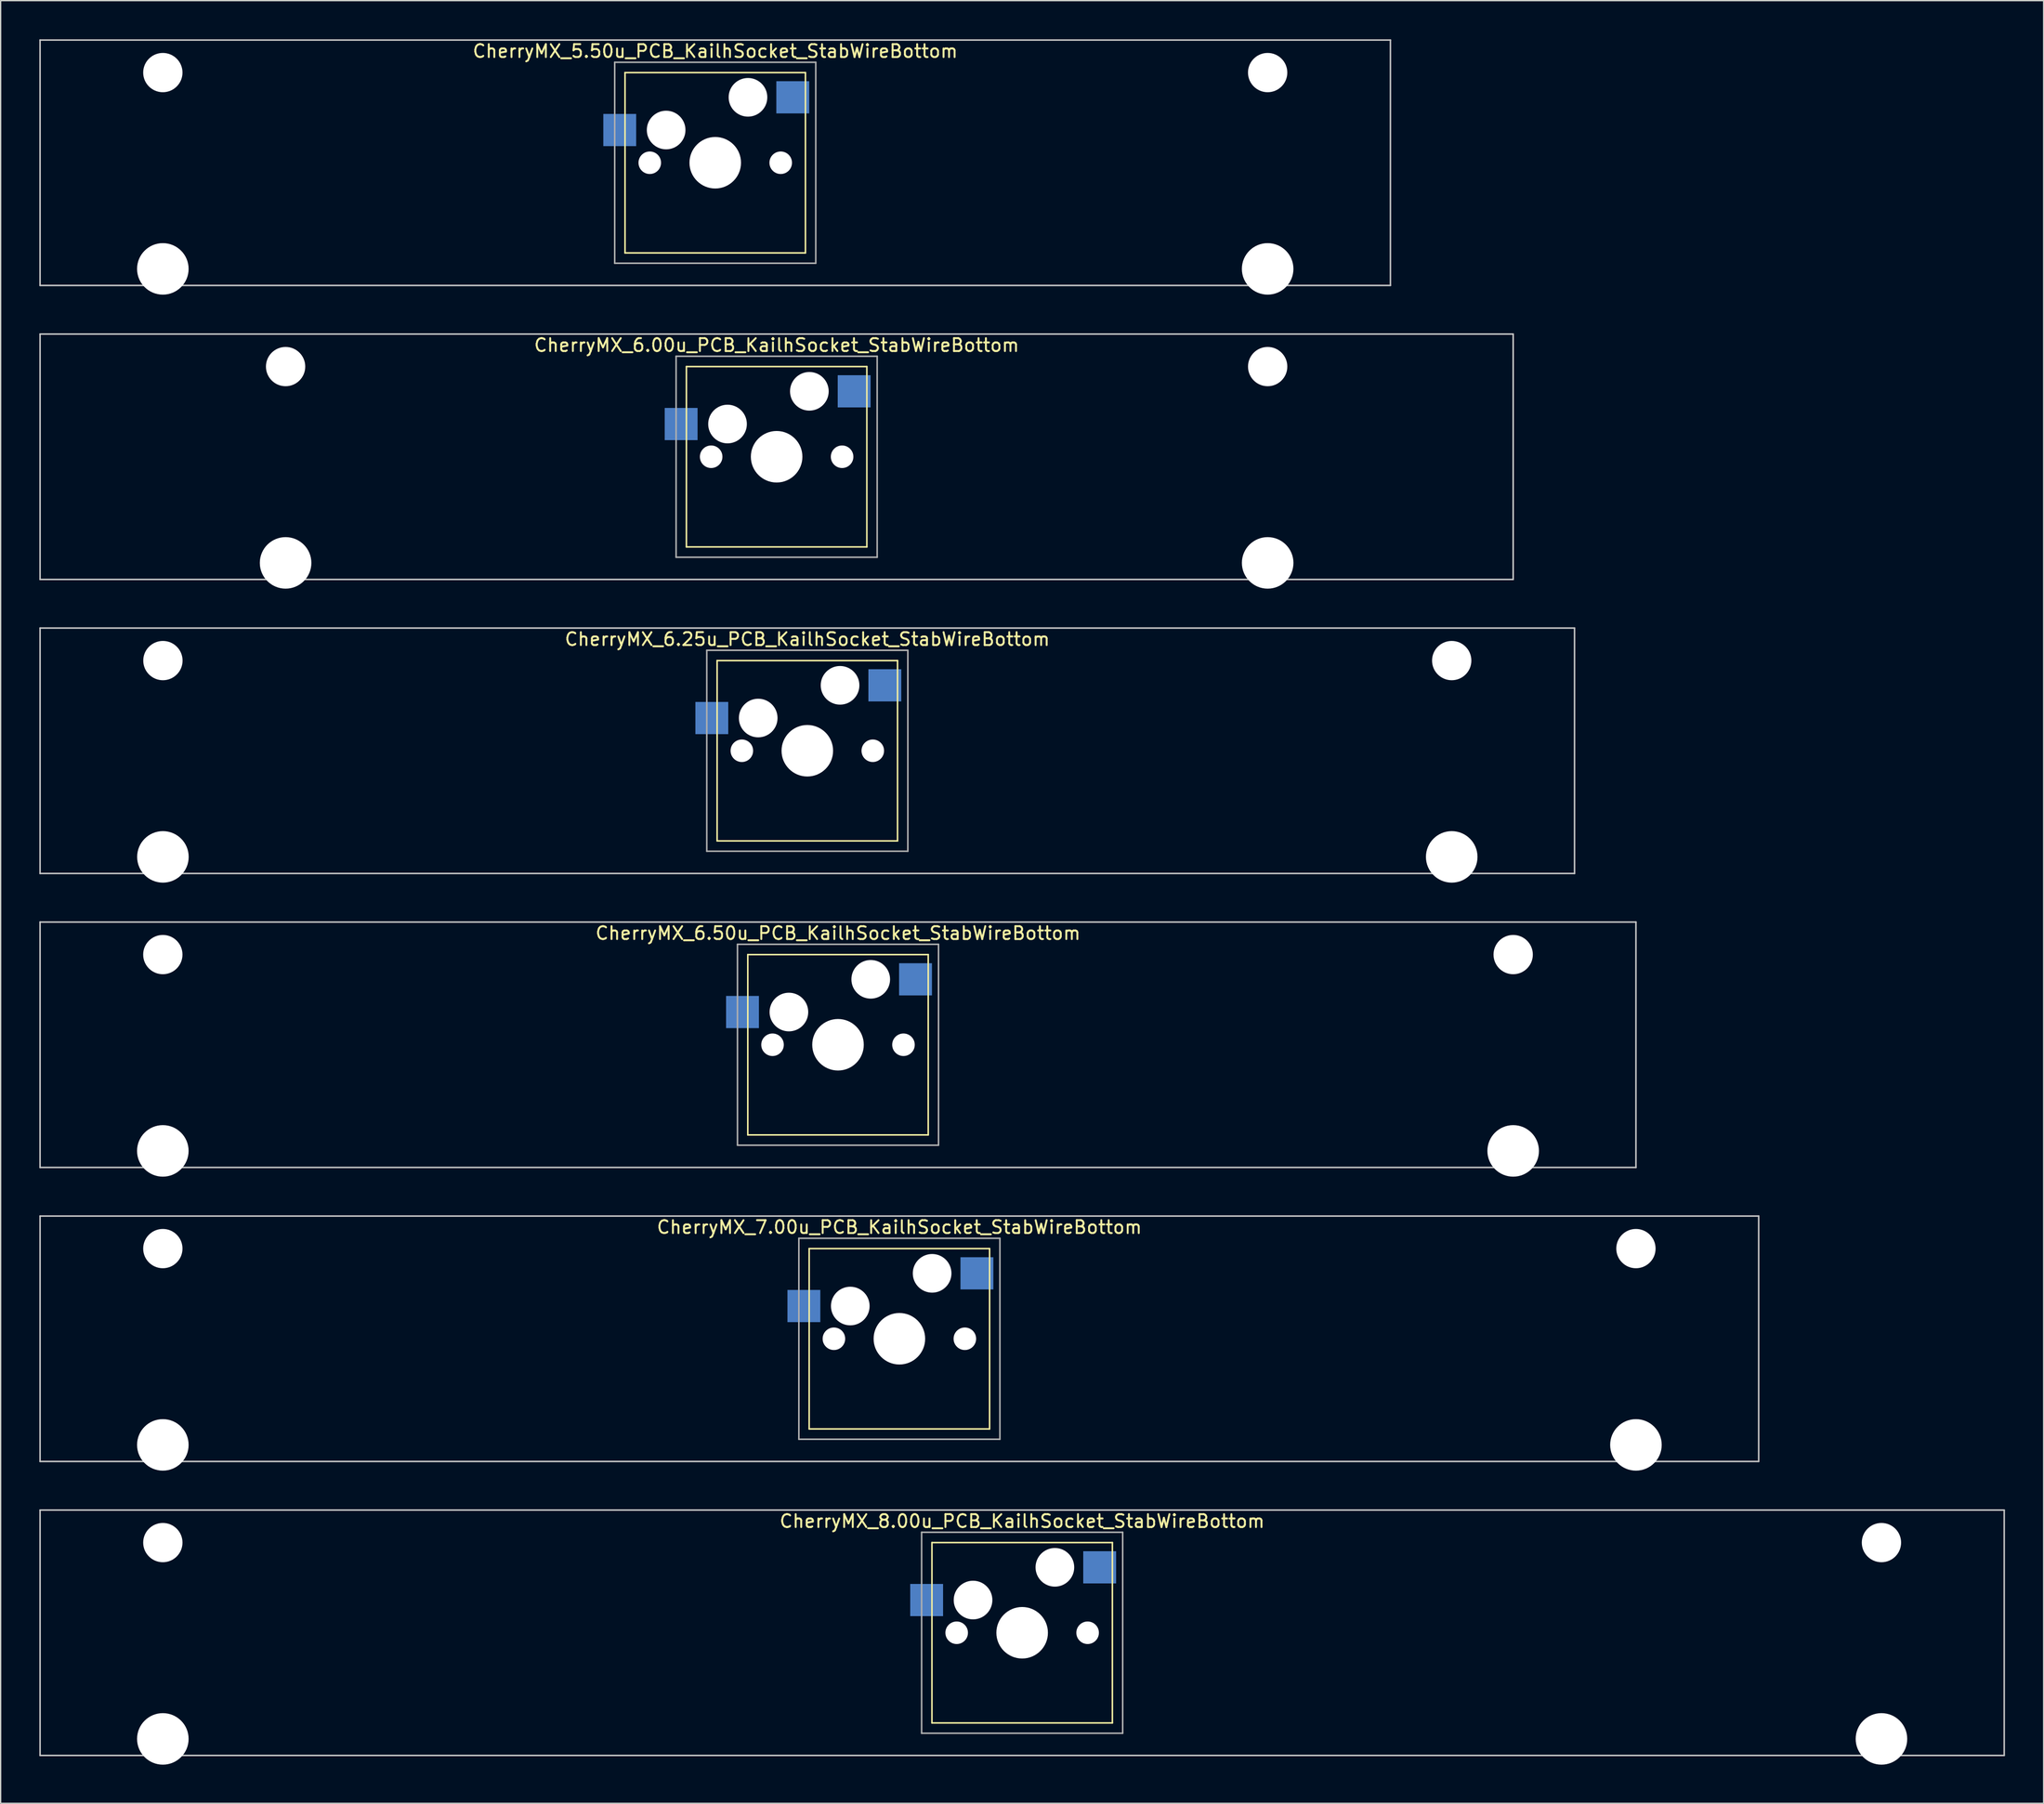
<source format=kicad_pcb>
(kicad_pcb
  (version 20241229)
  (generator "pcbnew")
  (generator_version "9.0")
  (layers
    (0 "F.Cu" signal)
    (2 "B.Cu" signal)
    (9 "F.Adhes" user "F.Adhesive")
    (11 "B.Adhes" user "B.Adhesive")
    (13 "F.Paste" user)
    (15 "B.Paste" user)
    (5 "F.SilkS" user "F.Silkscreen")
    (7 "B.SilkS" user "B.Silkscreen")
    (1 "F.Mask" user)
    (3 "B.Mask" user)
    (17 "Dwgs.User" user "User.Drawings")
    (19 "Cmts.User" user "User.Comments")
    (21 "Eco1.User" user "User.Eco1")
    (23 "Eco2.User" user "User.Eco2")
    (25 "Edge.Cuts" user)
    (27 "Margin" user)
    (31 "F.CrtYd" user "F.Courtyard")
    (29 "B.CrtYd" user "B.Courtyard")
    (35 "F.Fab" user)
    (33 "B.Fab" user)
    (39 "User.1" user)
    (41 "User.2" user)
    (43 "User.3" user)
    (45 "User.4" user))
  (footprint "CherryMX_6.50u_PCB_KailhSocket_StabWireBottom"
    (layer "F.Cu")
    (at 61.972 78.06)
    (property "Reference" "CherryMX_6.50u_PCB_KailhSocket_StabWireBottom" (at 0 -8.662 0) (layer "F.SilkS") (effects (font (size 1 1) (thickness 0.15))))
    (attr through_hole)
    (fp_line (start -7 -7) (end -7 7) (stroke (width 0.12) (type solid)) (layer "F.SilkS"))
    (fp_line (start -7 -7) (end 7 -7) (stroke (width 0.12) (type solid)) (layer "F.SilkS"))
    (fp_line (start 7 -7) (end 7 7) (stroke (width 0.12) (type solid)) (layer "F.SilkS"))
    (fp_line (start 7 7) (end -7 7) (stroke (width 0.12) (type solid)) (layer "F.SilkS"))
    (fp_line (start -61.913 -9.525) (end 61.913 -9.525) (stroke (width 0.12) (type solid)) (layer "Dwgs.User"))
    (fp_line (start -61.913 9.525) (end -61.913 -9.525) (stroke (width 0.12) (type solid)) (layer "Dwgs.User"))
    (fp_line (start 61.913 -9.525) (end 61.913 9.525) (stroke (width 0.12) (type solid)) (layer "Dwgs.User"))
    (fp_line (start 61.913 9.525) (end -61.913 9.525) (stroke (width 0.12) (type solid)) (layer "Dwgs.User"))
    (fp_line (start -7.8 -7.8) (end -7.8 7.8) (stroke (width 0.12) (type solid)) (layer "F.Fab"))
    (fp_line (start -7.8 -7.8) (end 7.8 -7.8) (stroke (width 0.12) (type solid)) (layer "F.Fab"))
    (fp_line (start -7.8 7.8) (end 7.8 7.8) (stroke (width 0.12) (type solid)) (layer "F.Fab"))
    (fp_line (start 7.8 -7.8) (end 7.8 7.8) (stroke (width 0.12) (type solid)) (layer "F.Fab"))
    (pad "" np_thru_hole circle (at -52.388 -7) (size 3.05 3.05) (drill 3.05) (layers "*.Cu" "*.Mask"))
    (pad "" np_thru_hole circle (at -52.388 8.24) (size 4 4) (drill 4) (layers "*.Cu" "*.Mask"))
    (pad "" np_thru_hole circle (at -5.08 0) (size 1.75 1.75) (drill 1.75) (layers "*.Cu" "*.Mask"))
    (pad "" np_thru_hole circle (at -3.81 -2.54) (size 3 3) (drill 3) (layers "*.Cu" "*.Mask"))
    (pad "" np_thru_hole circle (at 0 0) (size 4 4) (drill 4) (layers "*.Cu" "*.Mask"))
    (pad "" np_thru_hole circle (at 2.54 -5.08) (size 3 3) (drill 3) (layers "*.Cu" "*.Mask"))
    (pad "" np_thru_hole circle (at 5.08 0) (size 1.75 1.75) (drill 1.75) (layers "*.Cu" "*.Mask"))
    (pad "" np_thru_hole circle (at 52.388 -7) (size 3.05 3.05) (drill 3.05) (layers "*.Cu" "*.Mask"))
    (pad "" np_thru_hole circle (at 52.388 8.24) (size 4 4) (drill 4) (layers "*.Cu" "*.Mask"))
    (pad "1" smd rect (at -7.41 -2.54) (size 2.55 2.5) (layers "B.Cu" "B.Mask" "B.Paste"))
    (pad "2" smd rect (at 6.015 -5.08) (size 2.55 2.5) (layers "B.Cu" "B.Mask" "B.Paste")))
  (footprint "CherryMX_6.25u_PCB_KailhSocket_StabWireBottom"
    (layer "F.Cu")
    (at 59.591 55.235)
    (property "Reference" "CherryMX_6.25u_PCB_KailhSocket_StabWireBottom" (at 0 -8.662 0) (layer "F.SilkS") (effects (font (size 1 1) (thickness 0.15))))
    (attr through_hole)
    (fp_line (start -7 -7) (end -7 7) (stroke (width 0.12) (type solid)) (layer "F.SilkS"))
    (fp_line (start -7 -7) (end 7 -7) (stroke (width 0.12) (type solid)) (layer "F.SilkS"))
    (fp_line (start 7 -7) (end 7 7) (stroke (width 0.12) (type solid)) (layer "F.SilkS"))
    (fp_line (start 7 7) (end -7 7) (stroke (width 0.12) (type solid)) (layer "F.SilkS"))
    (fp_line (start -59.531 -9.525) (end 59.531 -9.525) (stroke (width 0.12) (type solid)) (layer "Dwgs.User"))
    (fp_line (start -59.531 9.525) (end -59.531 -9.525) (stroke (width 0.12) (type solid)) (layer "Dwgs.User"))
    (fp_line (start 59.531 -9.525) (end 59.531 9.525) (stroke (width 0.12) (type solid)) (layer "Dwgs.User"))
    (fp_line (start 59.531 9.525) (end -59.531 9.525) (stroke (width 0.12) (type solid)) (layer "Dwgs.User"))
    (fp_line (start -7.8 -7.8) (end -7.8 7.8) (stroke (width 0.12) (type solid)) (layer "F.Fab"))
    (fp_line (start -7.8 -7.8) (end 7.8 -7.8) (stroke (width 0.12) (type solid)) (layer "F.Fab"))
    (fp_line (start -7.8 7.8) (end 7.8 7.8) (stroke (width 0.12) (type solid)) (layer "F.Fab"))
    (fp_line (start 7.8 -7.8) (end 7.8 7.8) (stroke (width 0.12) (type solid)) (layer "F.Fab"))
    (pad "" np_thru_hole circle (at -50 -7) (size 3.05 3.05) (drill 3.05) (layers "*.Cu" "*.Mask"))
    (pad "" np_thru_hole circle (at -50 8.24) (size 4 4) (drill 4) (layers "*.Cu" "*.Mask"))
    (pad "" np_thru_hole circle (at -5.08 0) (size 1.75 1.75) (drill 1.75) (layers "*.Cu" "*.Mask"))
    (pad "" np_thru_hole circle (at -3.81 -2.54) (size 3 3) (drill 3) (layers "*.Cu" "*.Mask"))
    (pad "" np_thru_hole circle (at 0 0) (size 4 4) (drill 4) (layers "*.Cu" "*.Mask"))
    (pad "" np_thru_hole circle (at 2.54 -5.08) (size 3 3) (drill 3) (layers "*.Cu" "*.Mask"))
    (pad "" np_thru_hole circle (at 5.08 0) (size 1.75 1.75) (drill 1.75) (layers "*.Cu" "*.Mask"))
    (pad "" np_thru_hole circle (at 50 -7) (size 3.05 3.05) (drill 3.05) (layers "*.Cu" "*.Mask"))
    (pad "" np_thru_hole circle (at 50 8.24) (size 4 4) (drill 4) (layers "*.Cu" "*.Mask"))
    (pad "1" smd rect (at -7.41 -2.54) (size 2.55 2.5) (layers "B.Cu" "B.Mask" "B.Paste"))
    (pad "2" smd rect (at 6.015 -5.08) (size 2.55 2.5) (layers "B.Cu" "B.Mask" "B.Paste")))
  (footprint "CherryMX_8.00u_PCB_KailhSocket_StabWireBottom"
    (layer "F.Cu")
    (at 76.26 123.71)
    (property "Reference" "CherryMX_8.00u_PCB_KailhSocket_StabWireBottom" (at 0 -8.662 0) (layer "F.SilkS") (effects (font (size 1 1) (thickness 0.15))))
    (attr through_hole)
    (fp_line (start -7 -7) (end -7 7) (stroke (width 0.12) (type solid)) (layer "F.SilkS"))
    (fp_line (start -7 -7) (end 7 -7) (stroke (width 0.12) (type solid)) (layer "F.SilkS"))
    (fp_line (start 7 -7) (end 7 7) (stroke (width 0.12) (type solid)) (layer "F.SilkS"))
    (fp_line (start 7 7) (end -7 7) (stroke (width 0.12) (type solid)) (layer "F.SilkS"))
    (fp_line (start -76.2 -9.525) (end 76.2 -9.525) (stroke (width 0.12) (type solid)) (layer "Dwgs.User"))
    (fp_line (start -76.2 9.525) (end -76.2 -9.525) (stroke (width 0.12) (type solid)) (layer "Dwgs.User"))
    (fp_line (start 76.2 -9.525) (end 76.2 9.525) (stroke (width 0.12) (type solid)) (layer "Dwgs.User"))
    (fp_line (start 76.2 9.525) (end -76.2 9.525) (stroke (width 0.12) (type solid)) (layer "Dwgs.User"))
    (fp_line (start -7.8 -7.8) (end -7.8 7.8) (stroke (width 0.12) (type solid)) (layer "F.Fab"))
    (fp_line (start -7.8 -7.8) (end 7.8 -7.8) (stroke (width 0.12) (type solid)) (layer "F.Fab"))
    (fp_line (start -7.8 7.8) (end 7.8 7.8) (stroke (width 0.12) (type solid)) (layer "F.Fab"))
    (fp_line (start 7.8 -7.8) (end 7.8 7.8) (stroke (width 0.12) (type solid)) (layer "F.Fab"))
    (pad "" np_thru_hole circle (at -66.675 -7) (size 3.05 3.05) (drill 3.05) (layers "*.Cu" "*.Mask"))
    (pad "" np_thru_hole circle (at -66.675 8.24) (size 4 4) (drill 4) (layers "*.Cu" "*.Mask"))
    (pad "" np_thru_hole circle (at -5.08 0) (size 1.75 1.75) (drill 1.75) (layers "*.Cu" "*.Mask"))
    (pad "" np_thru_hole circle (at -3.81 -2.54) (size 3 3) (drill 3) (layers "*.Cu" "*.Mask"))
    (pad "" np_thru_hole circle (at 0 0) (size 4 4) (drill 4) (layers "*.Cu" "*.Mask"))
    (pad "" np_thru_hole circle (at 2.54 -5.08) (size 3 3) (drill 3) (layers "*.Cu" "*.Mask"))
    (pad "" np_thru_hole circle (at 5.08 0) (size 1.75 1.75) (drill 1.75) (layers "*.Cu" "*.Mask"))
    (pad "" np_thru_hole circle (at 66.675 -7) (size 3.05 3.05) (drill 3.05) (layers "*.Cu" "*.Mask"))
    (pad "" np_thru_hole circle (at 66.675 8.24) (size 4 4) (drill 4) (layers "*.Cu" "*.Mask"))
    (pad "1" smd rect (at -7.41 -2.54) (size 2.55 2.5) (layers "B.Cu" "B.Mask" "B.Paste"))
    (pad "2" smd rect (at 6.015 -5.08) (size 2.55 2.5) (layers "B.Cu" "B.Mask" "B.Paste")))
  (footprint "CherryMX_6.00u_PCB_KailhSocket_StabWireBottom"
    (layer "F.Cu")
    (at 57.21 32.41)
    (property "Reference" "CherryMX_6.00u_PCB_KailhSocket_StabWireBottom" (at 0 -8.662 0) (layer "F.SilkS") (effects (font (size 1 1) (thickness 0.15))))
    (attr through_hole)
    (fp_line (start -7 -7) (end -7 7) (stroke (width 0.12) (type solid)) (layer "F.SilkS"))
    (fp_line (start -7 -7) (end 7 -7) (stroke (width 0.12) (type solid)) (layer "F.SilkS"))
    (fp_line (start 7 -7) (end 7 7) (stroke (width 0.12) (type solid)) (layer "F.SilkS"))
    (fp_line (start 7 7) (end -7 7) (stroke (width 0.12) (type solid)) (layer "F.SilkS"))
    (fp_line (start -57.15 -9.525) (end 57.15 -9.525) (stroke (width 0.12) (type solid)) (layer "Dwgs.User"))
    (fp_line (start -57.15 9.525) (end -57.15 -9.525) (stroke (width 0.12) (type solid)) (layer "Dwgs.User"))
    (fp_line (start 57.15 -9.525) (end 57.15 9.525) (stroke (width 0.12) (type solid)) (layer "Dwgs.User"))
    (fp_line (start 57.15 9.525) (end -57.15 9.525) (stroke (width 0.12) (type solid)) (layer "Dwgs.User"))
    (fp_line (start -7.8 -7.8) (end -7.8 7.8) (stroke (width 0.12) (type solid)) (layer "F.Fab"))
    (fp_line (start -7.8 -7.8) (end 7.8 -7.8) (stroke (width 0.12) (type solid)) (layer "F.Fab"))
    (fp_line (start -7.8 7.8) (end 7.8 7.8) (stroke (width 0.12) (type solid)) (layer "F.Fab"))
    (fp_line (start 7.8 -7.8) (end 7.8 7.8) (stroke (width 0.12) (type solid)) (layer "F.Fab"))
    (pad "" np_thru_hole circle (at -38.1 -7) (size 3.05 3.05) (drill 3.05) (layers "*.Cu" "*.Mask"))
    (pad "" np_thru_hole circle (at -38.1 8.24) (size 4 4) (drill 4) (layers "*.Cu" "*.Mask"))
    (pad "" np_thru_hole circle (at -5.08 0) (size 1.75 1.75) (drill 1.75) (layers "*.Cu" "*.Mask"))
    (pad "" np_thru_hole circle (at -3.81 -2.54) (size 3 3) (drill 3) (layers "*.Cu" "*.Mask"))
    (pad "" np_thru_hole circle (at 0 0) (size 4 4) (drill 4) (layers "*.Cu" "*.Mask"))
    (pad "" np_thru_hole circle (at 2.54 -5.08) (size 3 3) (drill 3) (layers "*.Cu" "*.Mask"))
    (pad "" np_thru_hole circle (at 5.08 0) (size 1.75 1.75) (drill 1.75) (layers "*.Cu" "*.Mask"))
    (pad "" np_thru_hole circle (at 38.1 -7) (size 3.05 3.05) (drill 3.05) (layers "*.Cu" "*.Mask"))
    (pad "" np_thru_hole circle (at 38.1 8.24) (size 4 4) (drill 4) (layers "*.Cu" "*.Mask"))
    (pad "1" smd rect (at -7.41 -2.54) (size 2.55 2.5) (layers "B.Cu" "B.Mask" "B.Paste"))
    (pad "2" smd rect (at 6.015 -5.08) (size 2.55 2.5) (layers "B.Cu" "B.Mask" "B.Paste")))
  (footprint "CherryMX_5.50u_PCB_KailhSocket_StabWireBottom"
    (layer "F.Cu")
    (at 52.447 9.585)
    (property "Reference" "CherryMX_5.50u_PCB_KailhSocket_StabWireBottom" (at 0 -8.662 0) (layer "F.SilkS") (effects (font (size 1 1) (thickness 0.15))))
    (attr through_hole)
    (fp_line (start -7 -7) (end -7 7) (stroke (width 0.12) (type solid)) (layer "F.SilkS"))
    (fp_line (start -7 -7) (end 7 -7) (stroke (width 0.12) (type solid)) (layer "F.SilkS"))
    (fp_line (start 7 -7) (end 7 7) (stroke (width 0.12) (type solid)) (layer "F.SilkS"))
    (fp_line (start 7 7) (end -7 7) (stroke (width 0.12) (type solid)) (layer "F.SilkS"))
    (fp_line (start -52.388 -9.525) (end 52.388 -9.525) (stroke (width 0.12) (type solid)) (layer "Dwgs.User"))
    (fp_line (start -52.388 9.525) (end -52.388 -9.525) (stroke (width 0.12) (type solid)) (layer "Dwgs.User"))
    (fp_line (start 52.388 -9.525) (end 52.388 9.525) (stroke (width 0.12) (type solid)) (layer "Dwgs.User"))
    (fp_line (start 52.388 9.525) (end -52.388 9.525) (stroke (width 0.12) (type solid)) (layer "Dwgs.User"))
    (fp_line (start -7.8 -7.8) (end -7.8 7.8) (stroke (width 0.12) (type solid)) (layer "F.Fab"))
    (fp_line (start -7.8 -7.8) (end 7.8 -7.8) (stroke (width 0.12) (type solid)) (layer "F.Fab"))
    (fp_line (start -7.8 7.8) (end 7.8 7.8) (stroke (width 0.12) (type solid)) (layer "F.Fab"))
    (fp_line (start 7.8 -7.8) (end 7.8 7.8) (stroke (width 0.12) (type solid)) (layer "F.Fab"))
    (pad "" np_thru_hole circle (at -42.862 -7) (size 3.05 3.05) (drill 3.05) (layers "*.Cu" "*.Mask"))
    (pad "" np_thru_hole circle (at -42.862 8.24) (size 4 4) (drill 4) (layers "*.Cu" "*.Mask"))
    (pad "" np_thru_hole circle (at -5.08 0) (size 1.75 1.75) (drill 1.75) (layers "*.Cu" "*.Mask"))
    (pad "" np_thru_hole circle (at -3.81 -2.54) (size 3 3) (drill 3) (layers "*.Cu" "*.Mask"))
    (pad "" np_thru_hole circle (at 0 0) (size 4 4) (drill 4) (layers "*.Cu" "*.Mask"))
    (pad "" np_thru_hole circle (at 2.54 -5.08) (size 3 3) (drill 3) (layers "*.Cu" "*.Mask"))
    (pad "" np_thru_hole circle (at 5.08 0) (size 1.75 1.75) (drill 1.75) (layers "*.Cu" "*.Mask"))
    (pad "" np_thru_hole circle (at 42.862 -7) (size 3.05 3.05) (drill 3.05) (layers "*.Cu" "*.Mask"))
    (pad "" np_thru_hole circle (at 42.862 8.24) (size 4 4) (drill 4) (layers "*.Cu" "*.Mask"))
    (pad "1" smd rect (at -7.41 -2.54) (size 2.55 2.5) (layers "B.Cu" "B.Mask" "B.Paste"))
    (pad "2" smd rect (at 6.015 -5.08) (size 2.55 2.5) (layers "B.Cu" "B.Mask" "B.Paste")))
  (footprint "CherryMX_7.00u_PCB_KailhSocket_StabWireBottom"
    (layer "F.Cu")
    (at 66.735 100.885)
    (property "Reference" "CherryMX_7.00u_PCB_KailhSocket_StabWireBottom" (at 0 -8.662 0) (layer "F.SilkS") (effects (font (size 1 1) (thickness 0.15))))
    (attr through_hole)
    (fp_line (start -7 -7) (end -7 7) (stroke (width 0.12) (type solid)) (layer "F.SilkS"))
    (fp_line (start -7 -7) (end 7 -7) (stroke (width 0.12) (type solid)) (layer "F.SilkS"))
    (fp_line (start 7 -7) (end 7 7) (stroke (width 0.12) (type solid)) (layer "F.SilkS"))
    (fp_line (start 7 7) (end -7 7) (stroke (width 0.12) (type solid)) (layer "F.SilkS"))
    (fp_line (start -66.675 -9.525) (end 66.675 -9.525) (stroke (width 0.12) (type solid)) (layer "Dwgs.User"))
    (fp_line (start -66.675 9.525) (end -66.675 -9.525) (stroke (width 0.12) (type solid)) (layer "Dwgs.User"))
    (fp_line (start 66.675 -9.525) (end 66.675 9.525) (stroke (width 0.12) (type solid)) (layer "Dwgs.User"))
    (fp_line (start 66.675 9.525) (end -66.675 9.525) (stroke (width 0.12) (type solid)) (layer "Dwgs.User"))
    (fp_line (start -7.8 -7.8) (end -7.8 7.8) (stroke (width 0.12) (type solid)) (layer "F.Fab"))
    (fp_line (start -7.8 -7.8) (end 7.8 -7.8) (stroke (width 0.12) (type solid)) (layer "F.Fab"))
    (fp_line (start -7.8 7.8) (end 7.8 7.8) (stroke (width 0.12) (type solid)) (layer "F.Fab"))
    (fp_line (start 7.8 -7.8) (end 7.8 7.8) (stroke (width 0.12) (type solid)) (layer "F.Fab"))
    (pad "" np_thru_hole circle (at -57.15 -7) (size 3.05 3.05) (drill 3.05) (layers "*.Cu" "*.Mask"))
    (pad "" np_thru_hole circle (at -57.15 8.24) (size 4 4) (drill 4) (layers "*.Cu" "*.Mask"))
    (pad "" np_thru_hole circle (at -5.08 0) (size 1.75 1.75) (drill 1.75) (layers "*.Cu" "*.Mask"))
    (pad "" np_thru_hole circle (at -3.81 -2.54) (size 3 3) (drill 3) (layers "*.Cu" "*.Mask"))
    (pad "" np_thru_hole circle (at 0 0) (size 4 4) (drill 4) (layers "*.Cu" "*.Mask"))
    (pad "" np_thru_hole circle (at 2.54 -5.08) (size 3 3) (drill 3) (layers "*.Cu" "*.Mask"))
    (pad "" np_thru_hole circle (at 5.08 0) (size 1.75 1.75) (drill 1.75) (layers "*.Cu" "*.Mask"))
    (pad "" np_thru_hole circle (at 57.15 -7) (size 3.05 3.05) (drill 3.05) (layers "*.Cu" "*.Mask"))
    (pad "" np_thru_hole circle (at 57.15 8.24) (size 4 4) (drill 4) (layers "*.Cu" "*.Mask"))
    (pad "1" smd rect (at -7.41 -2.54) (size 2.55 2.5) (layers "B.Cu" "B.Mask" "B.Paste"))
    (pad "2" smd rect (at 6.015 -5.08) (size 2.55 2.5) (layers "B.Cu" "B.Mask" "B.Paste")))
  (gr_rect
    (start -3 -3)
    (end 155.52 136.95)
    (stroke (width 0.1) (type default))
    (fill no)
    (layer "Edge.Cuts")))
</source>
